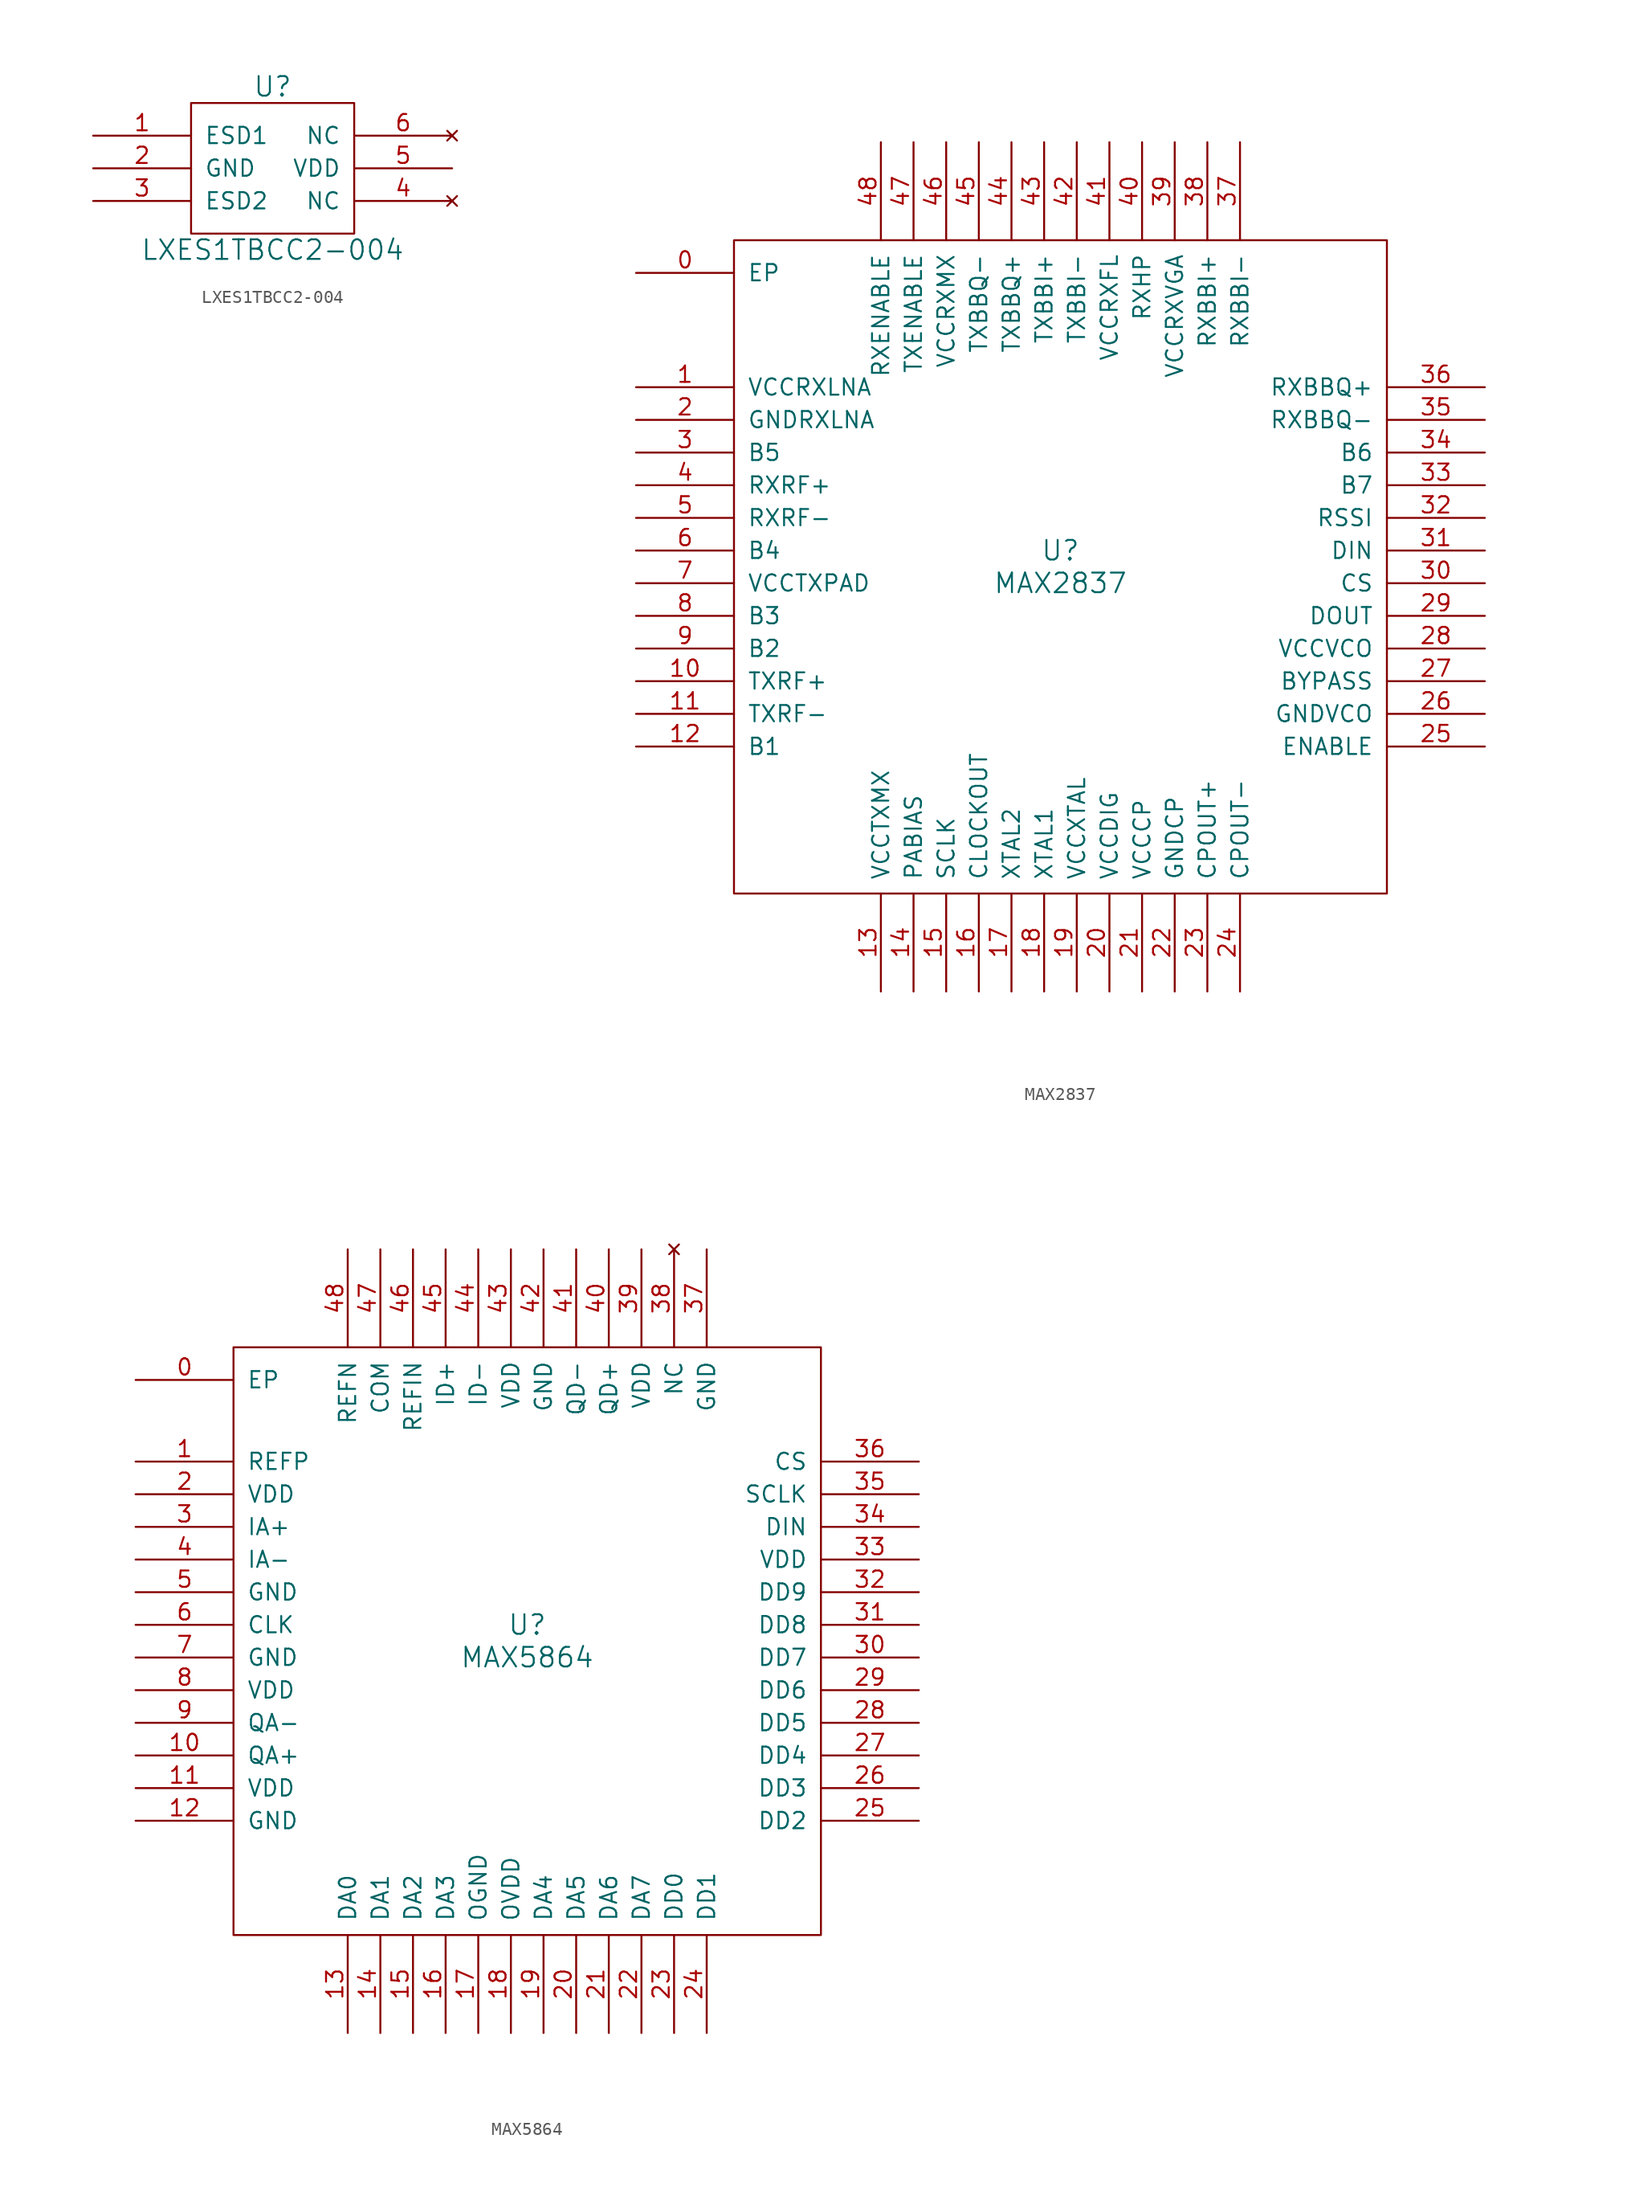
<source format=kicad_sym>
(kicad_symbol_lib
  (version 20211014)
  (generator kicad_symbol_editor)
  (symbol "LXES1TBCC2-004"
    (pin_names
      (offset 1.016))
    (property "Reference" "U"
      (at 0 6.35 0)
      (effects (font (size 1.524 1.524))))
    (property "Value" "LXES1TBCC2-004"
      (at 0 -6.35 0)
      (effects (font (size 1.524 1.524))))
    (property "Footprint" ""
      (at 0 0 0)
      (effects (font (size 1.524 1.524))))
    (property "Datasheet" ""
      (at 0 0 0)
      (effects (font (size 1.524 1.524))))
    (symbol "LXES1TBCC2-004_0_1"
      (rectangle (start -6.35 5.08) (end 6.35 -5.08) (stroke (width 0) (type default) (color 0 0 0 0)) (fill (type none))))
    (symbol "LXES1TBCC2-004_1_1"
      (pin input line (at -13.97 2.54 0) (length 7.62) (name "ESD1" (effects (font (size 1.27 1.27)))) (number "1" (effects (font (size 1.27 1.27)))))
      (pin power_in line (at -13.97 0 0) (length 7.62) (name "GND" (effects (font (size 1.27 1.27)))) (number "2" (effects (font (size 1.27 1.27)))))
      (pin input line (at -13.97 -2.54 0) (length 7.62) (name "ESD2" (effects (font (size 1.27 1.27)))) (number "3" (effects (font (size 1.27 1.27)))))
      (pin no_connect line (at 13.97 -2.54 180) (length 7.62) (name "NC" (effects (font (size 1.27 1.27)))) (number "4" (effects (font (size 1.27 1.27)))))
      (pin power_in line (at 13.97 0 180) (length 7.62) (name "VDD" (effects (font (size 1.27 1.27)))) (number "5" (effects (font (size 1.27 1.27)))))
      (pin no_connect line (at 13.97 2.54 180) (length 7.62) (name "NC" (effects (font (size 1.27 1.27)))) (number "6" (effects (font (size 1.27 1.27)))))))
  (symbol "MAX2837"
    (pin_names
      (offset 1.016))
    (property "Reference" "U"
      (at 0 1.27 0)
      (effects (font (size 1.524 1.524))))
    (property "Value" "MAX2837"
      (at 0 -1.27 0)
      (effects (font (size 1.524 1.524))))
    (property "Footprint" ""
      (at 0 0 0)
      (effects (font (size 1.524 1.524))))
    (property "Datasheet" ""
      (at 0 0 0)
      (effects (font (size 1.524 1.524))))
    (symbol "MAX2837_0_1"
      (rectangle (start -25.4 25.4) (end 25.4 -25.4) (stroke (width 0) (type default) (color 0 0 0 0)) (fill (type none))))
    (symbol "MAX2837_1_1"
      (pin power_in line (at -33.02 22.86 0) (length 7.62) (name "EP" (effects (font (size 1.27 1.27)))) (number "0" (effects (font (size 1.27 1.27)))))
      (pin power_in line (at -33.02 13.97 0) (length 7.62) (name "VCCRXLNA" (effects (font (size 1.27 1.27)))) (number "1" (effects (font (size 1.27 1.27)))))
      (pin output line (at -33.02 -8.89 0) (length 7.62) (name "TXRF+" (effects (font (size 1.27 1.27)))) (number "10" (effects (font (size 1.27 1.27)))))
      (pin output line (at -33.02 -11.43 0) (length 7.62) (name "TXRF-" (effects (font (size 1.27 1.27)))) (number "11" (effects (font (size 1.27 1.27)))))
      (pin input line (at -33.02 -13.97 0) (length 7.62) (name "B1" (effects (font (size 1.27 1.27)))) (number "12" (effects (font (size 1.27 1.27)))))
      (pin power_in line (at -13.97 -33.02 90) (length 7.62) (name "VCCTXMX" (effects (font (size 1.27 1.27)))) (number "13" (effects (font (size 1.27 1.27)))))
      (pin output line (at -11.43 -33.02 90) (length 7.62) (name "PABIAS" (effects (font (size 1.27 1.27)))) (number "14" (effects (font (size 1.27 1.27)))))
      (pin input line (at -8.89 -33.02 90) (length 7.62) (name "SCLK" (effects (font (size 1.27 1.27)))) (number "15" (effects (font (size 1.27 1.27)))))
      (pin output line (at -6.35 -33.02 90) (length 7.62) (name "CLOCKOUT" (effects (font (size 1.27 1.27)))) (number "16" (effects (font (size 1.27 1.27)))))
      (pin input line (at -3.81 -33.02 90) (length 7.62) (name "XTAL2" (effects (font (size 1.27 1.27)))) (number "17" (effects (font (size 1.27 1.27)))))
      (pin output line (at -1.27 -33.02 90) (length 7.62) (name "XTAL1" (effects (font (size 1.27 1.27)))) (number "18" (effects (font (size 1.27 1.27)))))
      (pin power_in line (at 1.27 -33.02 90) (length 7.62) (name "VCCXTAL" (effects (font (size 1.27 1.27)))) (number "19" (effects (font (size 1.27 1.27)))))
      (pin power_in line (at -33.02 11.43 0) (length 7.62) (name "GNDRXLNA" (effects (font (size 1.27 1.27)))) (number "2" (effects (font (size 1.27 1.27)))))
      (pin power_in line (at 3.81 -33.02 90) (length 7.62) (name "VCCDIG" (effects (font (size 1.27 1.27)))) (number "20" (effects (font (size 1.27 1.27)))))
      (pin power_in line (at 6.35 -33.02 90) (length 7.62) (name "VCCCP" (effects (font (size 1.27 1.27)))) (number "21" (effects (font (size 1.27 1.27)))))
      (pin power_in line (at 8.89 -33.02 90) (length 7.62) (name "GNDCP" (effects (font (size 1.27 1.27)))) (number "22" (effects (font (size 1.27 1.27)))))
      (pin output line (at 11.43 -33.02 90) (length 7.62) (name "CPOUT+" (effects (font (size 1.27 1.27)))) (number "23" (effects (font (size 1.27 1.27)))))
      (pin output line (at 13.97 -33.02 90) (length 7.62) (name "CPOUT-" (effects (font (size 1.27 1.27)))) (number "24" (effects (font (size 1.27 1.27)))))
      (pin input line (at 33.02 -13.97 180) (length 7.62) (name "ENABLE" (effects (font (size 1.27 1.27)))) (number "25" (effects (font (size 1.27 1.27)))))
      (pin power_in line (at 33.02 -11.43 180) (length 7.62) (name "GNDVCO" (effects (font (size 1.27 1.27)))) (number "26" (effects (font (size 1.27 1.27)))))
      (pin output line (at 33.02 -8.89 180) (length 7.62) (name "BYPASS" (effects (font (size 1.27 1.27)))) (number "27" (effects (font (size 1.27 1.27)))))
      (pin power_in line (at 33.02 -6.35 180) (length 7.62) (name "VCCVCO" (effects (font (size 1.27 1.27)))) (number "28" (effects (font (size 1.27 1.27)))))
      (pin output line (at 33.02 -3.81 180) (length 7.62) (name "DOUT" (effects (font (size 1.27 1.27)))) (number "29" (effects (font (size 1.27 1.27)))))
      (pin input line (at -33.02 8.89 0) (length 7.62) (name "B5" (effects (font (size 1.27 1.27)))) (number "3" (effects (font (size 1.27 1.27)))))
      (pin input line (at 33.02 -1.27 180) (length 7.62) (name "CS" (effects (font (size 1.27 1.27)))) (number "30" (effects (font (size 1.27 1.27)))))
      (pin input line (at 33.02 1.27 180) (length 7.62) (name "DIN" (effects (font (size 1.27 1.27)))) (number "31" (effects (font (size 1.27 1.27)))))
      (pin output line (at 33.02 3.81 180) (length 7.62) (name "RSSI" (effects (font (size 1.27 1.27)))) (number "32" (effects (font (size 1.27 1.27)))))
      (pin input line (at 33.02 6.35 180) (length 7.62) (name "B7" (effects (font (size 1.27 1.27)))) (number "33" (effects (font (size 1.27 1.27)))))
      (pin input line (at 33.02 8.89 180) (length 7.62) (name "B6" (effects (font (size 1.27 1.27)))) (number "34" (effects (font (size 1.27 1.27)))))
      (pin output line (at 33.02 11.43 180) (length 7.62) (name "RXBBQ-" (effects (font (size 1.27 1.27)))) (number "35" (effects (font (size 1.27 1.27)))))
      (pin output line (at 33.02 13.97 180) (length 7.62) (name "RXBBQ+" (effects (font (size 1.27 1.27)))) (number "36" (effects (font (size 1.27 1.27)))))
      (pin output line (at 13.97 33.02 270) (length 7.62) (name "RXBBI-" (effects (font (size 1.27 1.27)))) (number "37" (effects (font (size 1.27 1.27)))))
      (pin output line (at 11.43 33.02 270) (length 7.62) (name "RXBBI+" (effects (font (size 1.27 1.27)))) (number "38" (effects (font (size 1.27 1.27)))))
      (pin power_in line (at 8.89 33.02 270) (length 7.62) (name "VCCRXVGA" (effects (font (size 1.27 1.27)))) (number "39" (effects (font (size 1.27 1.27)))))
      (pin input line (at -33.02 6.35 0) (length 7.62) (name "RXRF+" (effects (font (size 1.27 1.27)))) (number "4" (effects (font (size 1.27 1.27)))))
      (pin input line (at 6.35 33.02 270) (length 7.62) (name "RXHP" (effects (font (size 1.27 1.27)))) (number "40" (effects (font (size 1.27 1.27)))))
      (pin power_in line (at 3.81 33.02 270) (length 7.62) (name "VCCRXFL" (effects (font (size 1.27 1.27)))) (number "41" (effects (font (size 1.27 1.27)))))
      (pin input line (at 1.27 33.02 270) (length 7.62) (name "TXBBI-" (effects (font (size 1.27 1.27)))) (number "42" (effects (font (size 1.27 1.27)))))
      (pin input line (at -1.27 33.02 270) (length 7.62) (name "TXBBI+" (effects (font (size 1.27 1.27)))) (number "43" (effects (font (size 1.27 1.27)))))
      (pin input line (at -3.81 33.02 270) (length 7.62) (name "TXBBQ+" (effects (font (size 1.27 1.27)))) (number "44" (effects (font (size 1.27 1.27)))))
      (pin input line (at -6.35 33.02 270) (length 7.62) (name "TXBBQ-" (effects (font (size 1.27 1.27)))) (number "45" (effects (font (size 1.27 1.27)))))
      (pin power_in line (at -8.89 33.02 270) (length 7.62) (name "VCCRXMX" (effects (font (size 1.27 1.27)))) (number "46" (effects (font (size 1.27 1.27)))))
      (pin input line (at -11.43 33.02 270) (length 7.62) (name "TXENABLE" (effects (font (size 1.27 1.27)))) (number "47" (effects (font (size 1.27 1.27)))))
      (pin input line (at -13.97 33.02 270) (length 7.62) (name "RXENABLE" (effects (font (size 1.27 1.27)))) (number "48" (effects (font (size 1.27 1.27)))))
      (pin input line (at -33.02 3.81 0) (length 7.62) (name "RXRF-" (effects (font (size 1.27 1.27)))) (number "5" (effects (font (size 1.27 1.27)))))
      (pin input line (at -33.02 1.27 0) (length 7.62) (name "B4" (effects (font (size 1.27 1.27)))) (number "6" (effects (font (size 1.27 1.27)))))
      (pin power_in line (at -33.02 -1.27 0) (length 7.62) (name "VCCTXPAD" (effects (font (size 1.27 1.27)))) (number "7" (effects (font (size 1.27 1.27)))))
      (pin input line (at -33.02 -3.81 0) (length 7.62) (name "B3" (effects (font (size 1.27 1.27)))) (number "8" (effects (font (size 1.27 1.27)))))
      (pin input line (at -33.02 -6.35 0) (length 7.62) (name "B2" (effects (font (size 1.27 1.27)))) (number "9" (effects (font (size 1.27 1.27)))))))
  (symbol "MAX5864"
    (pin_names
      (offset 1.016))
    (property "Reference" "U"
      (at 0 1.27 0)
      (effects (font (size 1.524 1.524))))
    (property "Value" "MAX5864"
      (at 0 -1.27 0)
      (effects (font (size 1.524 1.524))))
    (property "Footprint" ""
      (at 0 0 0)
      (effects (font (size 1.524 1.524))))
    (property "Datasheet" ""
      (at 0 0 0)
      (effects (font (size 1.524 1.524))))
    (symbol "MAX5864_0_1"
      (rectangle (start -22.86 22.86) (end 22.86 -22.86) (stroke (width 0) (type default) (color 0 0 0 0)) (fill (type none))))
    (symbol "MAX5864_1_1"
      (pin power_in line (at -30.48 20.32 0) (length 7.62) (name "EP" (effects (font (size 1.27 1.27)))) (number "0" (effects (font (size 1.27 1.27)))))
      (pin output line (at -30.48 13.97 0) (length 7.62) (name "REFP" (effects (font (size 1.27 1.27)))) (number "1" (effects (font (size 1.27 1.27)))))
      (pin input line (at -30.48 -8.89 0) (length 7.62) (name "QA+" (effects (font (size 1.27 1.27)))) (number "10" (effects (font (size 1.27 1.27)))))
      (pin power_in line (at -30.48 -11.43 0) (length 7.62) (name "VDD" (effects (font (size 1.27 1.27)))) (number "11" (effects (font (size 1.27 1.27)))))
      (pin power_in line (at -30.48 -13.97 0) (length 7.62) (name "GND" (effects (font (size 1.27 1.27)))) (number "12" (effects (font (size 1.27 1.27)))))
      (pin output line (at -13.97 -30.48 90) (length 7.62) (name "DA0" (effects (font (size 1.27 1.27)))) (number "13" (effects (font (size 1.27 1.27)))))
      (pin output line (at -11.43 -30.48 90) (length 7.62) (name "DA1" (effects (font (size 1.27 1.27)))) (number "14" (effects (font (size 1.27 1.27)))))
      (pin output line (at -8.89 -30.48 90) (length 7.62) (name "DA2" (effects (font (size 1.27 1.27)))) (number "15" (effects (font (size 1.27 1.27)))))
      (pin output line (at -6.35 -30.48 90) (length 7.62) (name "DA3" (effects (font (size 1.27 1.27)))) (number "16" (effects (font (size 1.27 1.27)))))
      (pin power_in line (at -3.81 -30.48 90) (length 7.62) (name "OGND" (effects (font (size 1.27 1.27)))) (number "17" (effects (font (size 1.27 1.27)))))
      (pin power_in line (at -1.27 -30.48 90) (length 7.62) (name "OVDD" (effects (font (size 1.27 1.27)))) (number "18" (effects (font (size 1.27 1.27)))))
      (pin output line (at 1.27 -30.48 90) (length 7.62) (name "DA4" (effects (font (size 1.27 1.27)))) (number "19" (effects (font (size 1.27 1.27)))))
      (pin power_in line (at -30.48 11.43 0) (length 7.62) (name "VDD" (effects (font (size 1.27 1.27)))) (number "2" (effects (font (size 1.27 1.27)))))
      (pin output line (at 3.81 -30.48 90) (length 7.62) (name "DA5" (effects (font (size 1.27 1.27)))) (number "20" (effects (font (size 1.27 1.27)))))
      (pin output line (at 6.35 -30.48 90) (length 7.62) (name "DA6" (effects (font (size 1.27 1.27)))) (number "21" (effects (font (size 1.27 1.27)))))
      (pin output line (at 8.89 -30.48 90) (length 7.62) (name "DA7" (effects (font (size 1.27 1.27)))) (number "22" (effects (font (size 1.27 1.27)))))
      (pin input line (at 11.43 -30.48 90) (length 7.62) (name "DD0" (effects (font (size 1.27 1.27)))) (number "23" (effects (font (size 1.27 1.27)))))
      (pin input line (at 13.97 -30.48 90) (length 7.62) (name "DD1" (effects (font (size 1.27 1.27)))) (number "24" (effects (font (size 1.27 1.27)))))
      (pin input line (at 30.48 -13.97 180) (length 7.62) (name "DD2" (effects (font (size 1.27 1.27)))) (number "25" (effects (font (size 1.27 1.27)))))
      (pin input line (at 30.48 -11.43 180) (length 7.62) (name "DD3" (effects (font (size 1.27 1.27)))) (number "26" (effects (font (size 1.27 1.27)))))
      (pin input line (at 30.48 -8.89 180) (length 7.62) (name "DD4" (effects (font (size 1.27 1.27)))) (number "27" (effects (font (size 1.27 1.27)))))
      (pin input line (at 30.48 -6.35 180) (length 7.62) (name "DD5" (effects (font (size 1.27 1.27)))) (number "28" (effects (font (size 1.27 1.27)))))
      (pin input line (at 30.48 -3.81 180) (length 7.62) (name "DD6" (effects (font (size 1.27 1.27)))) (number "29" (effects (font (size 1.27 1.27)))))
      (pin input line (at -30.48 8.89 0) (length 7.62) (name "IA+" (effects (font (size 1.27 1.27)))) (number "3" (effects (font (size 1.27 1.27)))))
      (pin input line (at 30.48 -1.27 180) (length 7.62) (name "DD7" (effects (font (size 1.27 1.27)))) (number "30" (effects (font (size 1.27 1.27)))))
      (pin input line (at 30.48 1.27 180) (length 7.62) (name "DD8" (effects (font (size 1.27 1.27)))) (number "31" (effects (font (size 1.27 1.27)))))
      (pin input line (at 30.48 3.81 180) (length 7.62) (name "DD9" (effects (font (size 1.27 1.27)))) (number "32" (effects (font (size 1.27 1.27)))))
      (pin power_in line (at 30.48 6.35 180) (length 7.62) (name "VDD" (effects (font (size 1.27 1.27)))) (number "33" (effects (font (size 1.27 1.27)))))
      (pin input line (at 30.48 8.89 180) (length 7.62) (name "DIN" (effects (font (size 1.27 1.27)))) (number "34" (effects (font (size 1.27 1.27)))))
      (pin input line (at 30.48 11.43 180) (length 7.62) (name "SCLK" (effects (font (size 1.27 1.27)))) (number "35" (effects (font (size 1.27 1.27)))))
      (pin input line (at 30.48 13.97 180) (length 7.62) (name "CS" (effects (font (size 1.27 1.27)))) (number "36" (effects (font (size 1.27 1.27)))))
      (pin power_in line (at 13.97 30.48 270) (length 7.62) (name "GND" (effects (font (size 1.27 1.27)))) (number "37" (effects (font (size 1.27 1.27)))))
      (pin no_connect line (at 11.43 30.48 270) (length 7.62) (name "NC" (effects (font (size 1.27 1.27)))) (number "38" (effects (font (size 1.27 1.27)))))
      (pin power_in line (at 8.89 30.48 270) (length 7.62) (name "VDD" (effects (font (size 1.27 1.27)))) (number "39" (effects (font (size 1.27 1.27)))))
      (pin input line (at -30.48 6.35 0) (length 7.62) (name "IA-" (effects (font (size 1.27 1.27)))) (number "4" (effects (font (size 1.27 1.27)))))
      (pin output line (at 6.35 30.48 270) (length 7.62) (name "QD+" (effects (font (size 1.27 1.27)))) (number "40" (effects (font (size 1.27 1.27)))))
      (pin output line (at 3.81 30.48 270) (length 7.62) (name "QD-" (effects (font (size 1.27 1.27)))) (number "41" (effects (font (size 1.27 1.27)))))
      (pin power_in line (at 1.27 30.48 270) (length 7.62) (name "GND" (effects (font (size 1.27 1.27)))) (number "42" (effects (font (size 1.27 1.27)))))
      (pin power_in line (at -1.27 30.48 270) (length 7.62) (name "VDD" (effects (font (size 1.27 1.27)))) (number "43" (effects (font (size 1.27 1.27)))))
      (pin output line (at -3.81 30.48 270) (length 7.62) (name "ID-" (effects (font (size 1.27 1.27)))) (number "44" (effects (font (size 1.27 1.27)))))
      (pin output line (at -6.35 30.48 270) (length 7.62) (name "ID+" (effects (font (size 1.27 1.27)))) (number "45" (effects (font (size 1.27 1.27)))))
      (pin input line (at -8.89 30.48 270) (length 7.62) (name "REFIN" (effects (font (size 1.27 1.27)))) (number "46" (effects (font (size 1.27 1.27)))))
      (pin output line (at -11.43 30.48 270) (length 7.62) (name "COM" (effects (font (size 1.27 1.27)))) (number "47" (effects (font (size 1.27 1.27)))))
      (pin output line (at -13.97 30.48 270) (length 7.62) (name "REFN" (effects (font (size 1.27 1.27)))) (number "48" (effects (font (size 1.27 1.27)))))
      (pin power_in line (at -30.48 3.81 0) (length 7.62) (name "GND" (effects (font (size 1.27 1.27)))) (number "5" (effects (font (size 1.27 1.27)))))
      (pin input line (at -30.48 1.27 0) (length 7.62) (name "CLK" (effects (font (size 1.27 1.27)))) (number "6" (effects (font (size 1.27 1.27)))))
      (pin power_in line (at -30.48 -1.27 0) (length 7.62) (name "GND" (effects (font (size 1.27 1.27)))) (number "7" (effects (font (size 1.27 1.27)))))
      (pin power_in line (at -30.48 -3.81 0) (length 7.62) (name "VDD" (effects (font (size 1.27 1.27)))) (number "8" (effects (font (size 1.27 1.27)))))
      (pin input line (at -30.48 -6.35 0) (length 7.62) (name "QA-" (effects (font (size 1.27 1.27)))) (number "9" (effects (font (size 1.27 1.27))))))))
</source>
